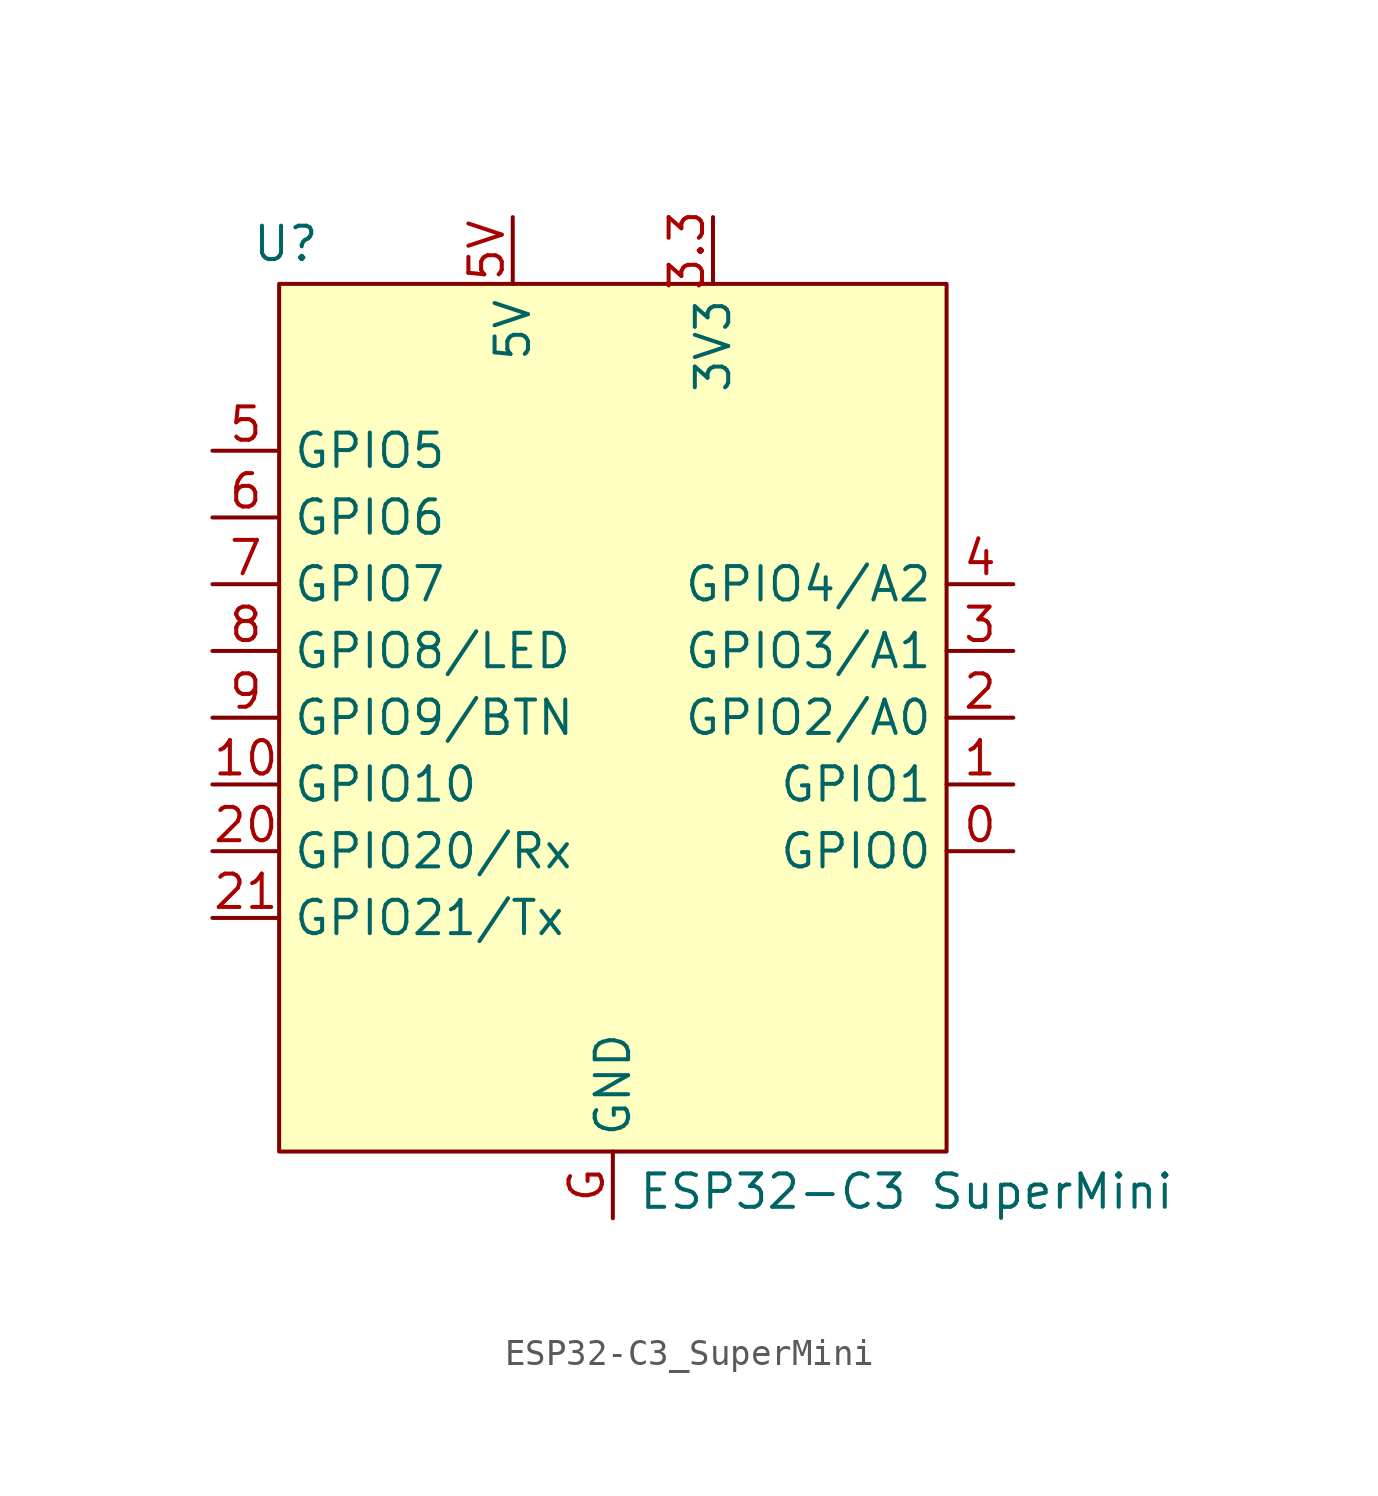
<source format=kicad_sym>
(kicad_symbol_lib
  (version 20231120)
  (generator "kicad_symbol_editor")
  (generator_version "8.0")
  (symbol "ESP32-C3_SuperMini"
    (property "Reference" "U"
      (at -12.446 16.764 0)
      (effects (font (size 1.27 1.27))))
    (property "Value" "ESP32-C3 SuperMini"
      (at 11.176 -19.304 0)
      (effects (font (size 1.27 1.27))))
    (symbol "ESP32-C3_SuperMini_1_1"
      (rectangle (start -12.7 15.24) (end 12.7 -17.78) (stroke (width 0) (type default)) (fill (type background)))
      (pin bidirectional line (at 15.24 -6.35 180) (length 2.54) (name "GPIO0" (effects (font (size 1.27 1.27)))) (number "0" (effects (font (size 1.27 1.27)))))
      (pin bidirectional line (at 15.24 -3.81 180) (length 2.54) (name "GPIO1" (effects (font (size 1.27 1.27)))) (number "1" (effects (font (size 1.27 1.27)))))
      (pin bidirectional line (at -15.24 -3.81 0) (length 2.54) (name "GPIO10" (effects (font (size 1.27 1.27)))) (number "10" (effects (font (size 1.27 1.27)))))
      (pin bidirectional line (at 15.24 -1.27 180) (length 2.54) (name "GPIO2/A0" (effects (font (size 1.27 1.27)))) (number "2" (effects (font (size 1.27 1.27)))))
      (pin bidirectional line (at -15.24 -6.35 0) (length 2.54) (name "GPIO20/Rx" (effects (font (size 1.27 1.27)))) (number "20" (effects (font (size 1.27 1.27)))))
      (pin bidirectional line (at -15.24 -8.89 0) (length 2.54) (name "GPIO21/Tx" (effects (font (size 1.27 1.27)))) (number "21" (effects (font (size 1.27 1.27)))))
      (pin bidirectional line (at 15.24 1.27 180) (length 2.54) (name "GPIO3/A1" (effects (font (size 1.27 1.27)))) (number "3" (effects (font (size 1.27 1.27)))))
      (pin power_out line (at 3.81 17.78 270) (length 2.54) (name "3V3" (effects (font (size 1.27 1.27)))) (number "3.3" (effects (font (size 1.27 1.27)))))
      (pin bidirectional line (at 15.24 3.81 180) (length 2.54) (name "GPIO4/A2" (effects (font (size 1.27 1.27)))) (number "4" (effects (font (size 1.27 1.27)))))
      (pin bidirectional line (at -15.24 8.89 0) (length 2.54) (name "GPIO5" (effects (font (size 1.27 1.27)))) (number "5" (effects (font (size 1.27 1.27)))))
      (pin power_out line (at -3.81 17.78 270) (length 2.54) (name "5V" (effects (font (size 1.27 1.27)))) (number "5V" (effects (font (size 1.27 1.27)))))
      (pin bidirectional line (at -15.24 6.35 0) (length 2.54) (name "GPIO6" (effects (font (size 1.27 1.27)))) (number "6" (effects (font (size 1.27 1.27)))))
      (pin bidirectional line (at -15.24 3.81 0) (length 2.54) (name "GPIO7" (effects (font (size 1.27 1.27)))) (number "7" (effects (font (size 1.27 1.27)))))
      (pin bidirectional line (at -15.24 1.27 0) (length 2.54) (name "GPIO8/LED" (effects (font (size 1.27 1.27)))) (number "8" (effects (font (size 1.27 1.27)))))
      (pin bidirectional line (at -15.24 -1.27 0) (length 2.54) (name "GPIO9/BTN" (effects (font (size 1.27 1.27)))) (number "9" (effects (font (size 1.27 1.27)))))
      (pin power_out line (at 0 -20.32 90) (length 2.54) (name "GND" (effects (font (size 1.27 1.27)))) (number "G" (effects (font (size 1.27 1.27))))))))
</source>
